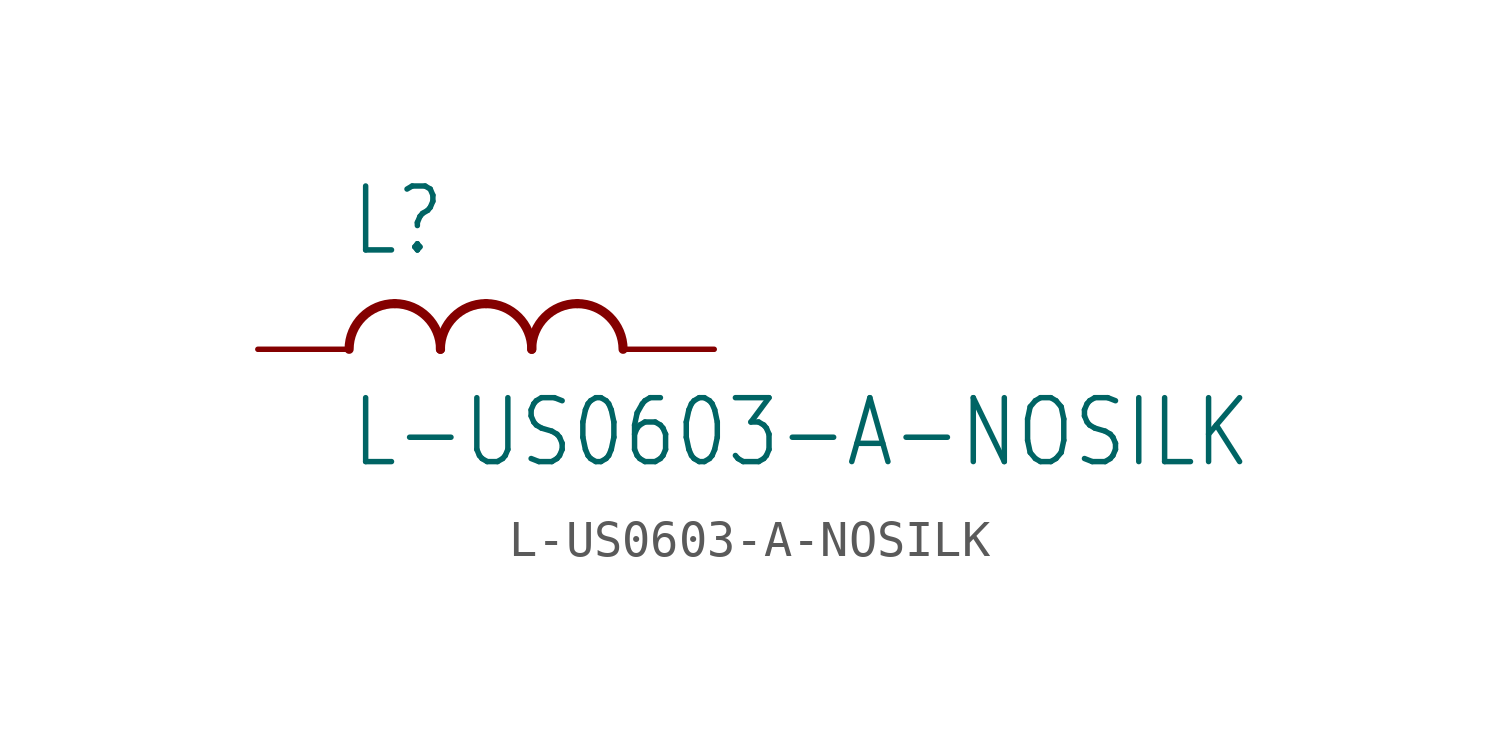
<source format=kicad_sym>
(kicad_symbol_lib
  (version 20211014)
  (generator kicad_symbol_editor)
  (symbol "L-US0603-A-NOSILK"
    (property "Reference" "L"
      (at -5.08 2.54 0)
      (effects (font (size 1.778 1.511)) (justify left bottom)))
    (property "Value" "L-US0603-A-NOSILK"
      (at -5.08 -1.27 0)
      (effects (font (size 1.778 1.511)) (justify left top)))
    (property "ki_locked" ""
      (at 0 0 0)
      (effects (font (size 1.27 1.27))))
    (symbol "L-US0603-A-NOSILK_1_0"
      (arc (start -3.81 1.27) (mid -4.708 0.898) (end -5.08 0) (stroke (width 0.254) (type default) (color 0 0 0 0)) (fill (type none)))
      (arc (start -2.54 0) (mid -2.912 0.898) (end -3.81 1.27) (stroke (width 0.254) (type default) (color 0 0 0 0)) (fill (type none)))
      (arc (start -1.27 1.27) (mid -2.168 0.898) (end -2.54 0) (stroke (width 0.254) (type default) (color 0 0 0 0)) (fill (type none)))
      (arc (start 0 0) (mid -0.372 0.898) (end -1.27 1.27) (stroke (width 0.254) (type default) (color 0 0 0 0)) (fill (type none)))
      (arc (start 1.27 1.27) (mid 0.372 0.898) (end 0 0) (stroke (width 0.254) (type default) (color 0 0 0 0)) (fill (type none)))
      (arc (start 2.54 0) (mid 2.168 0.898) (end 1.27 1.27) (stroke (width 0.254) (type default) (color 0 0 0 0)) (fill (type none)))
      (pin passive line (at -7.62 0 0) (length 2.54) (name "1" (effects (font (size 0 0)))) (number "1" (effects (font (size 0 0)))))
      (pin passive line (at 5.08 0 180) (length 2.54) (name "2" (effects (font (size 0 0)))) (number "2" (effects (font (size 0 0))))))))
</source>
